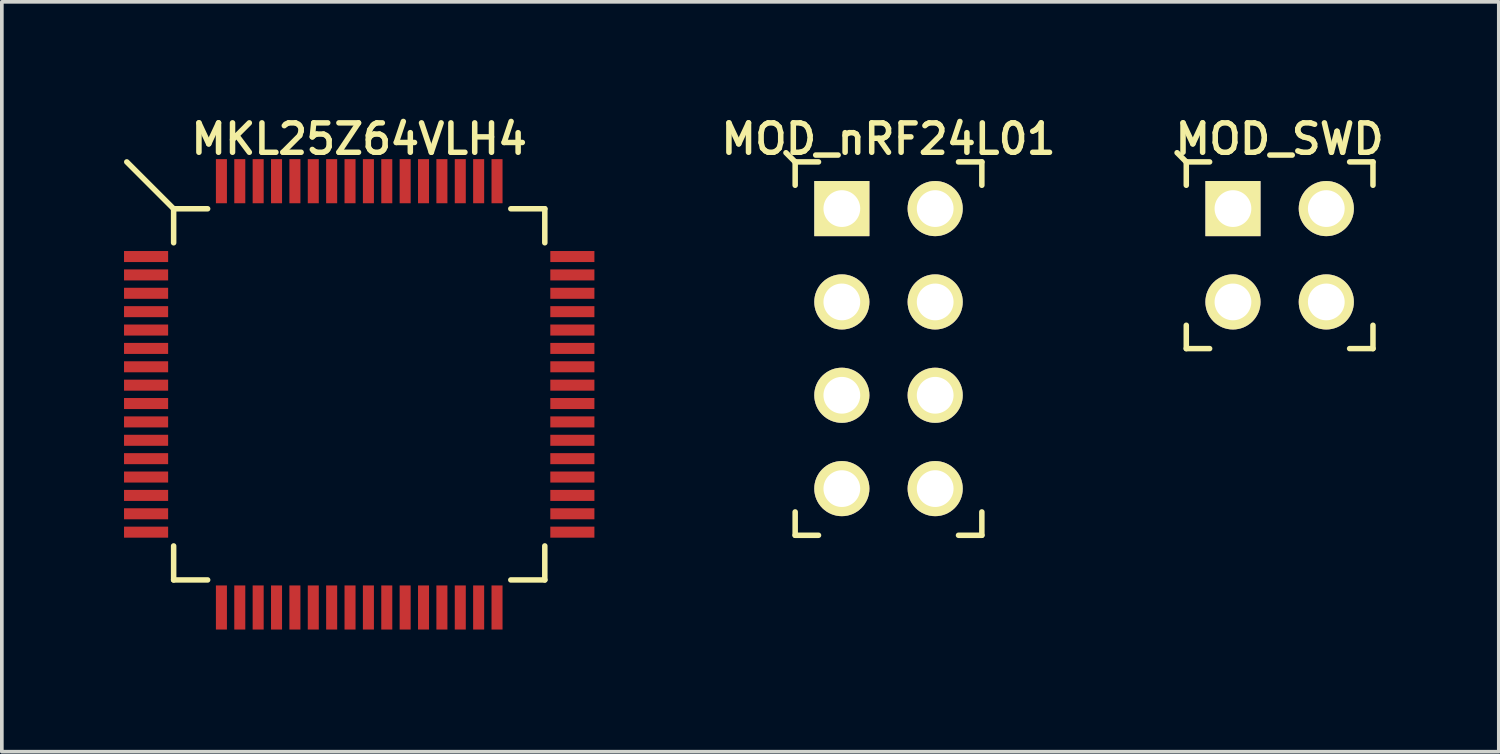
<source format=kicad_pcb>
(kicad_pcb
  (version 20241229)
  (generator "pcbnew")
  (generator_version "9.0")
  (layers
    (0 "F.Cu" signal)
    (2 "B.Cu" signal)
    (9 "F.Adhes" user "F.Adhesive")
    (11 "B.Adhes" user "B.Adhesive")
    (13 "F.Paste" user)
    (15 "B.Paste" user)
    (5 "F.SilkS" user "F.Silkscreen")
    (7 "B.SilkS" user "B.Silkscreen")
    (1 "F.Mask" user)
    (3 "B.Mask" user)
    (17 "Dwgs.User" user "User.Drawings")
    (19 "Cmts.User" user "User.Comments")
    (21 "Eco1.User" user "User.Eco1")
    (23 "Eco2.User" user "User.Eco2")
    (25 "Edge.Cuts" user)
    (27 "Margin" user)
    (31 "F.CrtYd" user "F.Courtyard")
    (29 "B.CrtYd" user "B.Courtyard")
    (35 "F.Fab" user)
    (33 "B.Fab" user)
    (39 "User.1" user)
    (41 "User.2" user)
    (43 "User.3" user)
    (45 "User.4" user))
  (footprint "MKL25Z64VLH4"
    (layer "F.Cu")
    (at 6.725 7.681)
    (property "Reference" "MKL25Z64VLH4" (at 0 -6.95 0) (layer "F.SilkS") (effects (font (size 0.8 0.8) (thickness 0.15))))
    (attr through_hole)
    (fp_line (start -5.05 -5.05) (end -6.325 -6.325) (stroke (width 0.15) (type solid)) (layer "F.SilkS"))
    (fp_line (start -5.05 -5.05) (end -5.05 -4.125) (stroke (width 0.15) (type solid)) (layer "F.SilkS"))
    (fp_line (start -5.05 -5.05) (end -4.125 -5.05) (stroke (width 0.15) (type solid)) (layer "F.SilkS"))
    (fp_line (start -5.05 5.05) (end -5.05 4.125) (stroke (width 0.15) (type solid)) (layer "F.SilkS"))
    (fp_line (start -5.05 5.05) (end -4.125 5.05) (stroke (width 0.15) (type solid)) (layer "F.SilkS"))
    (fp_line (start 5.05 -5.05) (end 4.125 -5.05) (stroke (width 0.15) (type solid)) (layer "F.SilkS"))
    (fp_line (start 5.05 -5.05) (end 5.05 -4.125) (stroke (width 0.15) (type solid)) (layer "F.SilkS"))
    (fp_line (start 5.05 5.05) (end 4.125 5.05) (stroke (width 0.15) (type solid)) (layer "F.SilkS"))
    (fp_line (start 5.05 5.05) (end 5.05 4.125) (stroke (width 0.15) (type solid)) (layer "F.SilkS"))
    (fp_line (start -5.05 5.05) (end -5.05 -4.55) (stroke (width 0.15) (type solid)) (layer "Eco1.User"))
    (fp_line (start -4.55 -5.05) (end -5.05 -4.55) (stroke (width 0.15) (type solid)) (layer "Eco1.User"))
    (fp_line (start -4.55 -5.05) (end 5.05 -5.05) (stroke (width 0.15) (type solid)) (layer "Eco1.User"))
    (fp_line (start 5.05 -5.05) (end 5.05 5.05) (stroke (width 0.15) (type solid)) (layer "Eco1.User"))
    (fp_line (start 5.05 5.05) (end -5.05 5.05) (stroke (width 0.15) (type solid)) (layer "Eco1.User"))
    (fp_line (start -6.65 -6.65) (end -6.65 6.65) (stroke (width 0.15) (type solid)) (layer "Eco2.User"))
    (fp_line (start -6.65 6.65) (end 6.65 6.65) (stroke (width 0.15) (type solid)) (layer "Eco2.User"))
    (fp_line (start 6.65 -6.65) (end -6.65 -6.65) (stroke (width 0.15) (type solid)) (layer "Eco2.User"))
    (fp_line (start 6.65 6.65) (end 6.65 -6.65) (stroke (width 0.15) (type solid)) (layer "Eco2.User"))
    (pad "1" smd rect (at -5.8 -3.75) (size 1.2 0.3) (layers "F.Cu" "F.Mask" "F.Paste"))
    (pad "2" smd rect (at -5.8 -3.25) (size 1.2 0.3) (layers "F.Cu" "F.Mask" "F.Paste"))
    (pad "3" smd rect (at -5.8 -2.75) (size 1.2 0.3) (layers "F.Cu" "F.Mask" "F.Paste"))
    (pad "4" smd rect (at -5.8 -2.25) (size 1.2 0.3) (layers "F.Cu" "F.Mask" "F.Paste"))
    (pad "5" smd rect (at -5.8 -1.75) (size 1.2 0.3) (layers "F.Cu" "F.Mask" "F.Paste"))
    (pad "6" smd rect (at -5.8 -1.25) (size 1.2 0.3) (layers "F.Cu" "F.Mask" "F.Paste"))
    (pad "7" smd rect (at -5.8 -0.75) (size 1.2 0.3) (layers "F.Cu" "F.Mask" "F.Paste"))
    (pad "8" smd rect (at -5.8 -0.25) (size 1.2 0.3) (layers "F.Cu" "F.Mask" "F.Paste"))
    (pad "9" smd rect (at -5.8 0.25) (size 1.2 0.3) (layers "F.Cu" "F.Mask" "F.Paste"))
    (pad "10" smd rect (at -5.8 0.75) (size 1.2 0.3) (layers "F.Cu" "F.Mask" "F.Paste"))
    (pad "11" smd rect (at -5.8 1.25) (size 1.2 0.3) (layers "F.Cu" "F.Mask" "F.Paste"))
    (pad "12" smd rect (at -5.8 1.75) (size 1.2 0.3) (layers "F.Cu" "F.Mask" "F.Paste"))
    (pad "13" smd rect (at -5.8 2.25) (size 1.2 0.3) (layers "F.Cu" "F.Mask" "F.Paste"))
    (pad "14" smd rect (at -5.8 2.75) (size 1.2 0.3) (layers "F.Cu" "F.Mask" "F.Paste"))
    (pad "15" smd rect (at -5.8 3.25) (size 1.2 0.3) (layers "F.Cu" "F.Mask" "F.Paste"))
    (pad "16" smd rect (at -5.8 3.75) (size 1.2 0.3) (layers "F.Cu" "F.Mask" "F.Paste"))
    (pad "17" smd rect (at -3.75 5.8) (size 0.3 1.2) (layers "F.Cu" "F.Mask" "F.Paste"))
    (pad "18" smd rect (at -3.25 5.8) (size 0.3 1.2) (layers "F.Cu" "F.Mask" "F.Paste"))
    (pad "19" smd rect (at -2.75 5.8) (size 0.3 1.2) (layers "F.Cu" "F.Mask" "F.Paste"))
    (pad "20" smd rect (at -2.25 5.8) (size 0.3 1.2) (layers "F.Cu" "F.Mask" "F.Paste"))
    (pad "21" smd rect (at -1.75 5.8) (size 0.3 1.2) (layers "F.Cu" "F.Mask" "F.Paste"))
    (pad "22" smd rect (at -1.25 5.8) (size 0.3 1.2) (layers "F.Cu" "F.Mask" "F.Paste"))
    (pad "23" smd rect (at -0.75 5.8) (size 0.3 1.2) (layers "F.Cu" "F.Mask" "F.Paste"))
    (pad "24" smd rect (at -0.25 5.8) (size 0.3 1.2) (layers "F.Cu" "F.Mask" "F.Paste"))
    (pad "25" smd rect (at 0.25 5.8) (size 0.3 1.2) (layers "F.Cu" "F.Mask" "F.Paste"))
    (pad "26" smd rect (at 0.75 5.8) (size 0.3 1.2) (layers "F.Cu" "F.Mask" "F.Paste"))
    (pad "27" smd rect (at 1.25 5.8) (size 0.3 1.2) (layers "F.Cu" "F.Mask" "F.Paste"))
    (pad "28" smd rect (at 1.75 5.8) (size 0.3 1.2) (layers "F.Cu" "F.Mask" "F.Paste"))
    (pad "29" smd rect (at 2.25 5.8) (size 0.3 1.2) (layers "F.Cu" "F.Mask" "F.Paste"))
    (pad "30" smd rect (at 2.75 5.8) (size 0.3 1.2) (layers "F.Cu" "F.Mask" "F.Paste"))
    (pad "31" smd rect (at 3.25 5.8) (size 0.3 1.2) (layers "F.Cu" "F.Mask" "F.Paste"))
    (pad "32" smd rect (at 3.75 5.8) (size 0.3 1.2) (layers "F.Cu" "F.Mask" "F.Paste"))
    (pad "33" smd rect (at 5.8 3.75) (size 1.2 0.3) (layers "F.Cu" "F.Mask" "F.Paste"))
    (pad "34" smd rect (at 5.8 3.25) (size 1.2 0.3) (layers "F.Cu" "F.Mask" "F.Paste"))
    (pad "35" smd rect (at 5.8 2.75) (size 1.2 0.3) (layers "F.Cu" "F.Mask" "F.Paste"))
    (pad "36" smd rect (at 5.8 2.25) (size 1.2 0.3) (layers "F.Cu" "F.Mask" "F.Paste"))
    (pad "37" smd rect (at 5.8 1.75) (size 1.2 0.3) (layers "F.Cu" "F.Mask" "F.Paste"))
    (pad "38" smd rect (at 5.8 1.25) (size 1.2 0.3) (layers "F.Cu" "F.Mask" "F.Paste"))
    (pad "39" smd rect (at 5.8 0.75) (size 1.2 0.3) (layers "F.Cu" "F.Mask" "F.Paste"))
    (pad "40" smd rect (at 5.8 0.25) (size 1.2 0.3) (layers "F.Cu" "F.Mask" "F.Paste"))
    (pad "41" smd rect (at 5.8 -0.25) (size 1.2 0.3) (layers "F.Cu" "F.Mask" "F.Paste"))
    (pad "42" smd rect (at 5.8 -0.75) (size 1.2 0.3) (layers "F.Cu" "F.Mask" "F.Paste"))
    (pad "43" smd rect (at 5.8 -1.25) (size 1.2 0.3) (layers "F.Cu" "F.Mask" "F.Paste"))
    (pad "44" smd rect (at 5.8 -1.75) (size 1.2 0.3) (layers "F.Cu" "F.Mask" "F.Paste"))
    (pad "45" smd rect (at 5.8 -2.25) (size 1.2 0.3) (layers "F.Cu" "F.Mask" "F.Paste"))
    (pad "46" smd rect (at 5.8 -2.75) (size 1.2 0.3) (layers "F.Cu" "F.Mask" "F.Paste"))
    (pad "47" smd rect (at 5.8 -3.25) (size 1.2 0.3) (layers "F.Cu" "F.Mask" "F.Paste"))
    (pad "48" smd rect (at 5.8 -3.75) (size 1.2 0.3) (layers "F.Cu" "F.Mask" "F.Paste"))
    (pad "49" smd rect (at 3.75 -5.8) (size 0.3 1.2) (layers "F.Cu" "F.Mask" "F.Paste"))
    (pad "50" smd rect (at 3.25 -5.8) (size 0.3 1.2) (layers "F.Cu" "F.Mask" "F.Paste"))
    (pad "51" smd rect (at 2.75 -5.8) (size 0.3 1.2) (layers "F.Cu" "F.Mask" "F.Paste"))
    (pad "52" smd rect (at 2.25 -5.8) (size 0.3 1.2) (layers "F.Cu" "F.Mask" "F.Paste"))
    (pad "53" smd rect (at 1.75 -5.8) (size 0.3 1.2) (layers "F.Cu" "F.Mask" "F.Paste"))
    (pad "54" smd rect (at 1.25 -5.8) (size 0.3 1.2) (layers "F.Cu" "F.Mask" "F.Paste"))
    (pad "55" smd rect (at 0.75 -5.8) (size 0.3 1.2) (layers "F.Cu" "F.Mask" "F.Paste"))
    (pad "56" smd rect (at 0.25 -5.8) (size 0.3 1.2) (layers "F.Cu" "F.Mask" "F.Paste"))
    (pad "57" smd rect (at -0.25 -5.8) (size 0.3 1.2) (layers "F.Cu" "F.Mask" "F.Paste"))
    (pad "58" smd rect (at -0.75 -5.8) (size 0.3 1.2) (layers "F.Cu" "F.Mask" "F.Paste"))
    (pad "59" smd rect (at -1.25 -5.8) (size 0.3 1.2) (layers "F.Cu" "F.Mask" "F.Paste"))
    (pad "60" smd rect (at -1.75 -5.8) (size 0.3 1.2) (layers "F.Cu" "F.Mask" "F.Paste"))
    (pad "61" smd rect (at -2.25 -5.8) (size 0.3 1.2) (layers "F.Cu" "F.Mask" "F.Paste"))
    (pad "62" smd rect (at -2.75 -5.8) (size 0.3 1.2) (layers "F.Cu" "F.Mask" "F.Paste"))
    (pad "63" smd rect (at -3.25 -5.8) (size 0.3 1.2) (layers "F.Cu" "F.Mask" "F.Paste"))
    (pad "64" smd rect (at -3.75 -5.8) (size 0.3 1.2) (layers "F.Cu" "F.Mask" "F.Paste")))
  (footprint "MOD_nRF24L01"
    (layer "F.Cu")
    (at 21.128 6.436)
    (property "Reference" "MOD_nRF24L01" (at 0 -5.705 0) (layer "F.SilkS") (effects (font (size 0.8 0.8) (thickness 0.15))))
    (attr through_hole)
    (fp_line (start -2.54 -5.08) (end -2.79 -5.33) (stroke (width 0.15) (type solid)) (layer "F.SilkS"))
    (fp_line (start -2.54 -5.08) (end -2.54 -4.445) (stroke (width 0.15) (type solid)) (layer "F.SilkS"))
    (fp_line (start -2.54 -5.08) (end -1.905 -5.08) (stroke (width 0.15) (type solid)) (layer "F.SilkS"))
    (fp_line (start -2.54 5.08) (end -2.54 4.445) (stroke (width 0.15) (type solid)) (layer "F.SilkS"))
    (fp_line (start -2.54 5.08) (end -1.905 5.08) (stroke (width 0.15) (type solid)) (layer "F.SilkS"))
    (fp_line (start 2.54 -5.08) (end 1.905 -5.08) (stroke (width 0.15) (type solid)) (layer "F.SilkS"))
    (fp_line (start 2.54 -5.08) (end 2.54 -4.445) (stroke (width 0.15) (type solid)) (layer "F.SilkS"))
    (fp_line (start 2.54 5.08) (end 1.905 5.08) (stroke (width 0.15) (type solid)) (layer "F.SilkS"))
    (fp_line (start 2.54 5.08) (end 2.54 4.445) (stroke (width 0.15) (type solid)) (layer "F.SilkS"))
    (fp_line (start -2.54 -5.08) (end 2.54 -5.08) (stroke (width 0.15) (type solid)) (layer "Eco1.User"))
    (fp_line (start -2.54 5.08) (end -2.54 -5.08) (stroke (width 0.15) (type solid)) (layer "Eco1.User"))
    (fp_line (start 2.54 -5.08) (end 2.54 5.08) (stroke (width 0.15) (type solid)) (layer "Eco1.User"))
    (fp_line (start 2.54 5.08) (end -2.54 5.08) (stroke (width 0.15) (type solid)) (layer "Eco1.User"))
    (fp_line (start -2.8 -5.35) (end -2.8 5.35) (stroke (width 0.15) (type solid)) (layer "Eco2.User"))
    (fp_line (start -2.8 5.35) (end 2.8 5.35) (stroke (width 0.15) (type solid)) (layer "Eco2.User"))
    (fp_line (start 2.8 -5.35) (end -2.8 -5.35) (stroke (width 0.15) (type solid)) (layer "Eco2.User"))
    (fp_line (start 2.8 5.35) (end 2.8 -5.35) (stroke (width 0.15) (type solid)) (layer "Eco2.User"))
    (pad "1" thru_hole rect (at -1.27 -3.81) (size 1.5 1.5) (drill 1) (layers "*.Cu" "*.Mask" "F.SilkS" "F.Paste"))
    (pad "2" thru_hole circle (at 1.27 -3.81) (size 1.5 1.5) (drill 1) (layers "*.Cu" "*.Mask" "F.SilkS" "F.Paste"))
    (pad "3" thru_hole circle (at -1.27 -1.27) (size 1.5 1.5) (drill 1) (layers "*.Cu" "*.Mask" "F.SilkS" "F.Paste"))
    (pad "4" thru_hole circle (at 1.27 -1.27) (size 1.5 1.5) (drill 1) (layers "*.Cu" "*.Mask" "F.SilkS" "F.Paste"))
    (pad "5" thru_hole circle (at -1.27 1.27) (size 1.5 1.5) (drill 1) (layers "*.Cu" "*.Mask" "F.SilkS" "F.Paste"))
    (pad "6" thru_hole circle (at 1.27 1.27) (size 1.5 1.5) (drill 1) (layers "*.Cu" "*.Mask" "F.SilkS" "F.Paste"))
    (pad "7" thru_hole circle (at -1.27 3.81) (size 1.5 1.5) (drill 1) (layers "*.Cu" "*.Mask" "F.SilkS" "F.Paste"))
    (pad "8" thru_hole circle (at 1.27 3.81) (size 1.5 1.5) (drill 1) (layers "*.Cu" "*.Mask" "F.SilkS" "F.Paste")))
  (footprint "MOD_SWD"
    (layer "F.Cu")
    (at 31.771 3.896)
    (property "Reference" "MOD_SWD" (at 0 -3.165 0) (layer "F.SilkS") (effects (font (size 0.8 0.8) (thickness 0.15))))
    (attr through_hole)
    (fp_line (start -2.54 -2.54) (end -2.79 -2.79) (stroke (width 0.15) (type solid)) (layer "F.SilkS"))
    (fp_line (start -2.54 -2.54) (end -2.54 -1.905) (stroke (width 0.15) (type solid)) (layer "F.SilkS"))
    (fp_line (start -2.54 -2.54) (end -1.905 -2.54) (stroke (width 0.15) (type solid)) (layer "F.SilkS"))
    (fp_line (start -2.54 2.54) (end -2.54 1.905) (stroke (width 0.15) (type solid)) (layer "F.SilkS"))
    (fp_line (start -2.54 2.54) (end -1.905 2.54) (stroke (width 0.15) (type solid)) (layer "F.SilkS"))
    (fp_line (start 2.54 -2.54) (end 1.905 -2.54) (stroke (width 0.15) (type solid)) (layer "F.SilkS"))
    (fp_line (start 2.54 -2.54) (end 2.54 -1.905) (stroke (width 0.15) (type solid)) (layer "F.SilkS"))
    (fp_line (start 2.54 2.54) (end 1.905 2.54) (stroke (width 0.15) (type solid)) (layer "F.SilkS"))
    (fp_line (start 2.54 2.54) (end 2.54 1.905) (stroke (width 0.15) (type solid)) (layer "F.SilkS"))
    (fp_line (start -2.54 -2.54) (end 2.54 -2.54) (stroke (width 0.15) (type solid)) (layer "Eco1.User"))
    (fp_line (start -2.54 2.54) (end -2.54 -2.54) (stroke (width 0.15) (type solid)) (layer "Eco1.User"))
    (fp_line (start 2.54 -2.54) (end 2.54 2.54) (stroke (width 0.15) (type solid)) (layer "Eco1.User"))
    (fp_line (start 2.54 2.54) (end -2.54 2.54) (stroke (width 0.15) (type solid)) (layer "Eco1.User"))
    (fp_line (start -2.8 -2.8) (end -2.8 2.8) (stroke (width 0.15) (type solid)) (layer "Eco2.User"))
    (fp_line (start -2.8 2.8) (end 2.8 2.8) (stroke (width 0.15) (type solid)) (layer "Eco2.User"))
    (fp_line (start 2.8 -2.8) (end -2.8 -2.8) (stroke (width 0.15) (type solid)) (layer "Eco2.User"))
    (fp_line (start 2.8 2.8) (end 2.8 -2.8) (stroke (width 0.15) (type solid)) (layer "Eco2.User"))
    (pad "1" thru_hole rect (at -1.27 -1.27) (size 1.5 1.5) (drill 1) (layers "*.Cu" "*.Mask" "F.SilkS" "F.Paste"))
    (pad "2" thru_hole circle (at 1.27 -1.27) (size 1.5 1.5) (drill 1) (layers "*.Cu" "*.Mask" "F.SilkS" "F.Paste"))
    (pad "3" thru_hole circle (at -1.27 1.27) (size 1.5 1.5) (drill 1) (layers "*.Cu" "*.Mask" "F.SilkS" "F.Paste"))
    (pad "4" thru_hole circle (at 1.27 1.27) (size 1.5 1.5) (drill 1) (layers "*.Cu" "*.Mask" "F.SilkS" "F.Paste")))
  (gr_rect
    (start -3 -3)
    (end 37.735 17.406)
    (stroke (width 0.1) (type default))
    (fill no)
    (layer "Edge.Cuts")))
</source>
